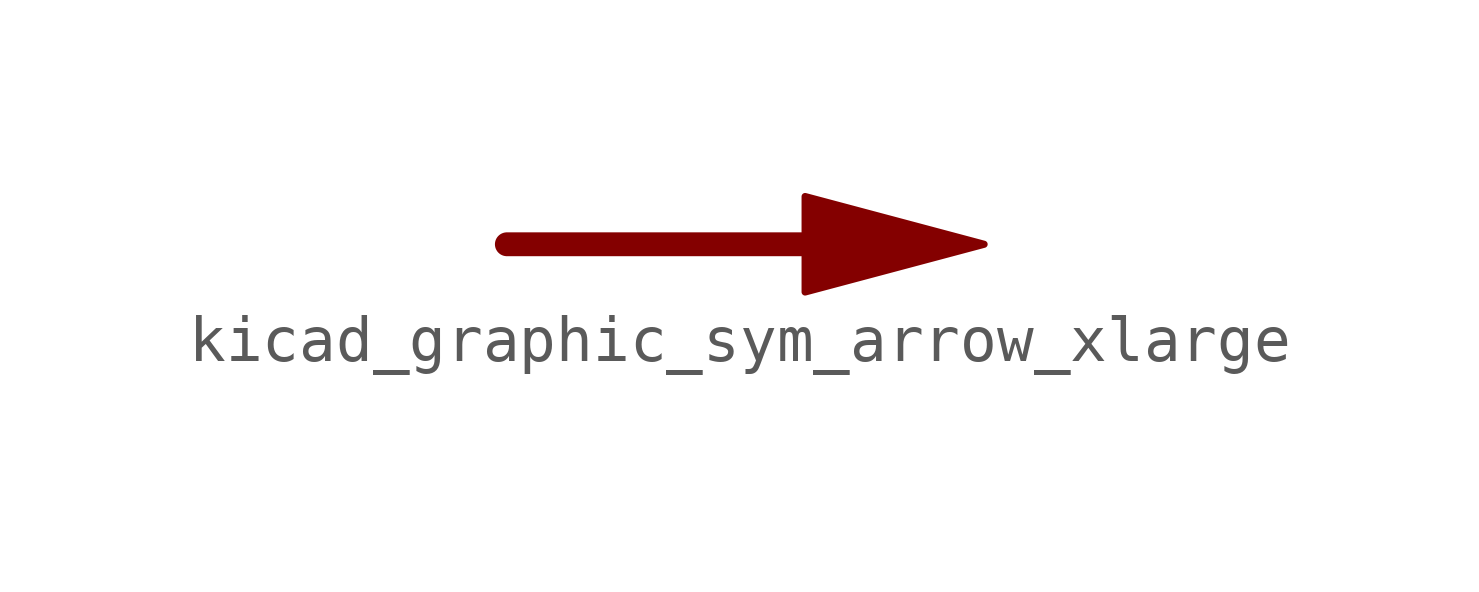
<source format=kicad_sym>
(kicad_symbol_lib
  (version 20220914)
  (generator kicad_symbol_editor)
  (symbol "kicad_graphic_sym_arrow_xlarge"
    (property "Reference" "#SYM"
      (at 0 2.286 0)
      (effects (font (size 1.27 1.27)) hide))
    (symbol "kicad_graphic_sym_arrow_xlarge_0_1"
      (polyline (pts (xy 2.54 0) (xy -5.08 0)) (stroke (width 0.508) (type default)) (fill (type none)))
      (polyline (pts (xy 5.08 0) (xy 1.27 -1.016) (xy 1.27 1.016) (xy 5.08 0)) (stroke (width 0) (type default)) (fill (type outline))))))
</source>
